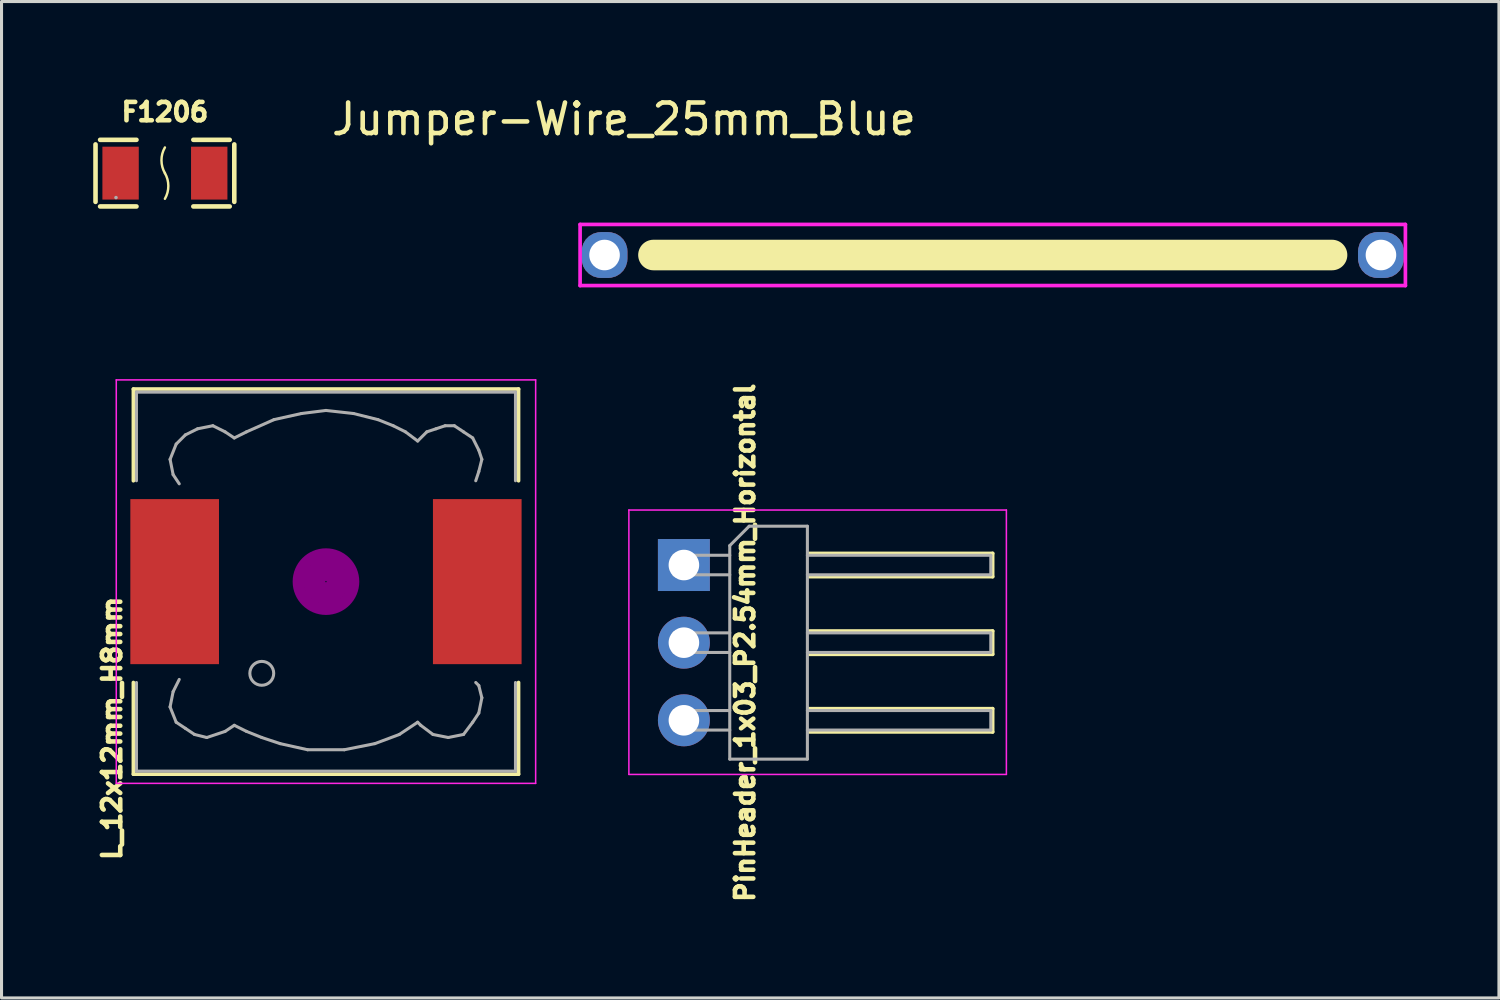
<source format=kicad_pcb>
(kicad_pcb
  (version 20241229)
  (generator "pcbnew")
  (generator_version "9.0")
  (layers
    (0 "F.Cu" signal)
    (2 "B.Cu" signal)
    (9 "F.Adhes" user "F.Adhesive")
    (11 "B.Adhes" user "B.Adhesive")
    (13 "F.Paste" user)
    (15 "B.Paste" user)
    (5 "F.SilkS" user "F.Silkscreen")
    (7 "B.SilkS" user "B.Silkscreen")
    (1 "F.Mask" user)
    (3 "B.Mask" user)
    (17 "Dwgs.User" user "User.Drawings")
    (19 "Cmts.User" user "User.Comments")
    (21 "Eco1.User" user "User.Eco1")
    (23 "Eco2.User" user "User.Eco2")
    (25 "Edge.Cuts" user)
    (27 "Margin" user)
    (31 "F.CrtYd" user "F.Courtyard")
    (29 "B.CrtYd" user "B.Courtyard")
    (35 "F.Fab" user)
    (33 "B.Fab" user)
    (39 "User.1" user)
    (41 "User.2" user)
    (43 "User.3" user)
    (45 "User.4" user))
  (footprint "L_12x12mm_H8mm"
    (layer "F.Cu")
    (at 7.614 15.978)
    (property "Reference" "L_12x12mm_H8mm" (at -7 4.8 270) (layer "F.SilkS") (effects (font (size 0.6 0.6) (thickness 0.15))))
    (attr smd)
    (fp_line (start -6.3 -6.3) (end 6.3 -6.3) (stroke (width 0.12) (type solid)) (layer "F.SilkS"))
    (fp_line (start -6.3 -3.3) (end -6.3 -6.3) (stroke (width 0.12) (type solid)) (layer "F.SilkS"))
    (fp_line (start -6.3 6.3) (end -6.3 3.3) (stroke (width 0.12) (type solid)) (layer "F.SilkS"))
    (fp_line (start 6.3 -6.3) (end 6.3 -3.3) (stroke (width 0.12) (type solid)) (layer "F.SilkS"))
    (fp_line (start 6.3 3.3) (end 6.3 6.3) (stroke (width 0.12) (type solid)) (layer "F.SilkS"))
    (fp_line (start 6.3 6.3) (end -6.3 6.3) (stroke (width 0.12) (type solid)) (layer "F.SilkS"))
    (fp_circle (center 0 0) (end 0.15 0.15) (stroke (width 0.38) (type solid)) (fill no) (layer "F.Adhes"))
    (fp_circle (center 0 0) (end 0.55 0) (stroke (width 0.38) (type solid)) (fill no) (layer "F.Adhes"))
    (fp_circle (center 0 0) (end 0.9 0) (stroke (width 0.38) (type solid)) (fill no) (layer "F.Adhes"))
    (fp_line (start -6.86 -6.6) (end 6.86 -6.6) (stroke (width 0.05) (type solid)) (layer "F.CrtYd"))
    (fp_line (start -6.86 6.6) (end -6.86 -6.6) (stroke (width 0.05) (type solid)) (layer "F.CrtYd"))
    (fp_line (start 6.86 -6.6) (end 6.86 6.6) (stroke (width 0.05) (type solid)) (layer "F.CrtYd"))
    (fp_line (start 6.86 6.6) (end -6.86 6.6) (stroke (width 0.05) (type solid)) (layer "F.CrtYd"))
    (fp_line (start -6.2 -6.2) (end -6.2 -3.3) (stroke (width 0.1) (type solid)) (layer "F.Fab"))
    (fp_line (start -6.2 3.3) (end -6.2 6.2) (stroke (width 0.1) (type solid)) (layer "F.Fab"))
    (fp_line (start -6.2 6.2) (end 6.2 6.2) (stroke (width 0.1) (type solid)) (layer "F.Fab"))
    (fp_line (start -5.1 -4) (end -5 -3.5) (stroke (width 0.1) (type solid)) (layer "F.Fab"))
    (fp_line (start -5.1 4.1) (end -5 3.6) (stroke (width 0.1) (type solid)) (layer "F.Fab"))
    (fp_line (start -5 -3.5) (end -4.8 -3.2) (stroke (width 0.1) (type solid)) (layer "F.Fab"))
    (fp_line (start -5 3.6) (end -4.8 3.2) (stroke (width 0.1) (type solid)) (layer "F.Fab"))
    (fp_line (start -4.9 -4.5) (end -5.1 -4) (stroke (width 0.1) (type solid)) (layer "F.Fab"))
    (fp_line (start -4.9 4.6) (end -5.1 4.1) (stroke (width 0.1) (type solid)) (layer "F.Fab"))
    (fp_line (start -4.6 -4.8) (end -4.9 -4.5) (stroke (width 0.1) (type solid)) (layer "F.Fab"))
    (fp_line (start -4.6 4.8) (end -4.9 4.6) (stroke (width 0.1) (type solid)) (layer "F.Fab"))
    (fp_line (start -4.3 5) (end -4.6 4.8) (stroke (width 0.1) (type solid)) (layer "F.Fab"))
    (fp_line (start -4.2 -5) (end -4.6 -4.8) (stroke (width 0.1) (type solid)) (layer "F.Fab"))
    (fp_line (start -3.9 5.1) (end -4.3 5) (stroke (width 0.1) (type solid)) (layer "F.Fab"))
    (fp_line (start -3.7 -5.1) (end -4.2 -5) (stroke (width 0.1) (type solid)) (layer "F.Fab"))
    (fp_line (start -3.3 -4.9) (end -3.7 -5.1) (stroke (width 0.1) (type solid)) (layer "F.Fab"))
    (fp_line (start -3.3 4.9) (end -3.9 5.1) (stroke (width 0.1) (type solid)) (layer "F.Fab"))
    (fp_line (start -3 -4.7) (end -3.3 -4.9) (stroke (width 0.1) (type solid)) (layer "F.Fab"))
    (fp_line (start -3 4.7) (end -3.3 4.9) (stroke (width 0.1) (type solid)) (layer "F.Fab"))
    (fp_line (start -2.6 -4.9) (end -3 -4.7) (stroke (width 0.1) (type solid)) (layer "F.Fab"))
    (fp_line (start -2.6 4.9) (end -3 4.7) (stroke (width 0.1) (type solid)) (layer "F.Fab"))
    (fp_line (start -2.1 5.1) (end -2.6 4.9) (stroke (width 0.1) (type solid)) (layer "F.Fab"))
    (fp_line (start -1.7 -5.3) (end -2.6 -4.9) (stroke (width 0.1) (type solid)) (layer "F.Fab"))
    (fp_line (start -1.5 5.3) (end -2.1 5.1) (stroke (width 0.1) (type solid)) (layer "F.Fab"))
    (fp_line (start -0.8 -5.5) (end -1.7 -5.3) (stroke (width 0.1) (type solid)) (layer "F.Fab"))
    (fp_line (start -0.6 5.5) (end -1.5 5.3) (stroke (width 0.1) (type solid)) (layer "F.Fab"))
    (fp_line (start 0 -5.6) (end -0.8 -5.5) (stroke (width 0.1) (type solid)) (layer "F.Fab"))
    (fp_line (start 0.6 5.5) (end -0.6 5.5) (stroke (width 0.1) (type solid)) (layer "F.Fab"))
    (fp_line (start 0.9 -5.5) (end 0 -5.6) (stroke (width 0.1) (type solid)) (layer "F.Fab"))
    (fp_line (start 1.6 5.3) (end 0.6 5.5) (stroke (width 0.1) (type solid)) (layer "F.Fab"))
    (fp_line (start 1.7 -5.3) (end 0.9 -5.5) (stroke (width 0.1) (type solid)) (layer "F.Fab"))
    (fp_line (start 2.2 -5.1) (end 1.7 -5.3) (stroke (width 0.1) (type solid)) (layer "F.Fab"))
    (fp_line (start 2.4 5) (end 1.6 5.3) (stroke (width 0.1) (type solid)) (layer "F.Fab"))
    (fp_line (start 2.6 -4.9) (end 2.2 -5.1) (stroke (width 0.1) (type solid)) (layer "F.Fab"))
    (fp_line (start 3 -4.6) (end 2.6 -4.9) (stroke (width 0.1) (type solid)) (layer "F.Fab"))
    (fp_line (start 3 4.6) (end 2.4 5) (stroke (width 0.1) (type solid)) (layer "F.Fab"))
    (fp_line (start 3.1 4.7) (end 3 4.6) (stroke (width 0.1) (type solid)) (layer "F.Fab"))
    (fp_line (start 3.3 -4.9) (end 3 -4.6) (stroke (width 0.1) (type solid)) (layer "F.Fab"))
    (fp_line (start 3.5 5) (end 3.1 4.7) (stroke (width 0.1) (type solid)) (layer "F.Fab"))
    (fp_line (start 3.6 -5) (end 3.3 -4.9) (stroke (width 0.1) (type solid)) (layer "F.Fab"))
    (fp_line (start 3.9 -5.1) (end 3.6 -5) (stroke (width 0.1) (type solid)) (layer "F.Fab"))
    (fp_line (start 4 5.1) (end 3.5 5) (stroke (width 0.1) (type solid)) (layer "F.Fab"))
    (fp_line (start 4.2 -5.1) (end 3.9 -5.1) (stroke (width 0.1) (type solid)) (layer "F.Fab"))
    (fp_line (start 4.5 -4.9) (end 4.2 -5.1) (stroke (width 0.1) (type solid)) (layer "F.Fab"))
    (fp_line (start 4.5 5) (end 4 5.1) (stroke (width 0.1) (type solid)) (layer "F.Fab"))
    (fp_line (start 4.8 -4.7) (end 4.5 -4.9) (stroke (width 0.1) (type solid)) (layer "F.Fab"))
    (fp_line (start 4.8 4.6) (end 4.5 5) (stroke (width 0.1) (type solid)) (layer "F.Fab"))
    (fp_line (start 4.9 -3.3) (end 5 -3.6) (stroke (width 0.1) (type solid)) (layer "F.Fab"))
    (fp_line (start 4.9 3.3) (end 5 3.4) (stroke (width 0.1) (type solid)) (layer "F.Fab"))
    (fp_line (start 5 -4.3) (end 4.8 -4.7) (stroke (width 0.1) (type solid)) (layer "F.Fab"))
    (fp_line (start 5 -3.6) (end 5.1 -4) (stroke (width 0.1) (type solid)) (layer "F.Fab"))
    (fp_line (start 5 3.4) (end 5.1 3.8) (stroke (width 0.1) (type solid)) (layer "F.Fab"))
    (fp_line (start 5 4.3) (end 4.8 4.6) (stroke (width 0.1) (type solid)) (layer "F.Fab"))
    (fp_line (start 5.1 -4) (end 5 -4.3) (stroke (width 0.1) (type solid)) (layer "F.Fab"))
    (fp_line (start 5.1 3.8) (end 5 4.3) (stroke (width 0.1) (type solid)) (layer "F.Fab"))
    (fp_line (start 6.2 -6.2) (end -6.2 -6.2) (stroke (width 0.1) (type solid)) (layer "F.Fab"))
    (fp_line (start 6.2 -6.2) (end 6.2 -3.3) (stroke (width 0.1) (type solid)) (layer "F.Fab"))
    (fp_line (start 6.2 6.2) (end 6.2 3.3) (stroke (width 0.1) (type solid)) (layer "F.Fab"))
    (fp_circle (center -2.1 3) (end -1.8 3.25) (stroke (width 0.1) (type solid)) (fill no) (layer "F.Fab"))
    (pad "1" smd rect (at -4.95 0) (size 2.9 5.4) (layers "F.Cu" "F.Mask" "F.Paste"))
    (pad "2" smd rect (at 4.95 0) (size 2.9 5.4) (layers "F.Cu" "F.Mask" "F.Paste")))
  (footprint "Jumper-Wire_25mm_Blue"
    (layer "F.Cu")
    (at 16.728 5.293)
    (property "Reference" "Jumper-Wire_25mm_Blue" (at 0.635 -4.445 0) (layer "F.SilkS") (effects (font (size 1 1) (thickness 0.15))))
    (attr through_hole)
    (fp_line (start 1.6 0) (end 23.8 0) (stroke (width 1) (type solid)) (layer "F.SilkS"))
    (fp_line (start -0.8 -1) (end 26.2 -1) (stroke (width 0.12) (type solid)) (layer "F.CrtYd"))
    (fp_line (start -0.8 1) (end -0.8 -1) (stroke (width 0.12) (type solid)) (layer "F.CrtYd"))
    (fp_line (start 26.2 -1) (end 26.2 1) (stroke (width 0.12) (type solid)) (layer "F.CrtYd"))
    (fp_line (start 26.2 1) (end -0.8 1) (stroke (width 0.12) (type solid)) (layer "F.CrtYd"))
    (pad "1" thru_hole roundrect (at 0 0) (size 1.5 1.5) (drill 1) (layers "*.Cu") (roundrect_rratio 0.421))
    (pad "2" thru_hole roundrect (at 25.4 0) (size 1.5 1.5) (drill 1) (layers "*.Cu") (roundrect_rratio 0.421)))
  (footprint "F1206"
    (layer "F.Cu")
    (at 2.345 2.614)
    (property "Reference" "F1206" (at 0 -2 0) (layer "F.SilkS") (effects (font (size 0.6 0.6) (thickness 0.15))))
    (attr smd)
    (fp_line (start -2.27 -0.94) (end -2.27 0.94) (stroke (width 0.15) (type solid)) (layer "F.SilkS"))
    (fp_line (start -2.12 1.09) (end -0.93 1.09) (stroke (width 0.15) (type solid)) (layer "F.SilkS"))
    (fp_line (start -0.93 -1.09) (end -2.12 -1.09) (stroke (width 0.15) (type solid)) (layer "F.SilkS"))
    (fp_line (start 0.93 -1.09) (end 2.12 -1.09) (stroke (width 0.15) (type solid)) (layer "F.SilkS"))
    (fp_line (start 2.12 1.09) (end 0.93 1.09) (stroke (width 0.15) (type solid)) (layer "F.SilkS"))
    (fp_line (start 2.27 -0.94) (end 2.27 0.94) (stroke (width 0.15) (type solid)) (layer "F.SilkS"))
    (fp_arc (start -0.001269 -0.002199) (mid 0.112199 0.418731) (end 0 0.84) (stroke (width 0.08) (type solid)) (layer "F.SilkS"))
    (fp_arc (start 0.001269 0.002199) (mid -0.112199 -0.418731) (end 0 -0.84) (stroke (width 0.08) (type solid)) (layer "F.SilkS"))
    (fp_circle (center -1.6 0.8) (end -1.57 0.8) (stroke (width 0.06) (type solid)) (fill no) (layer "F.Fab"))
    (pad "1" smd rect (at -1.45 0) (size 1.19 1.73) (layers "F.Cu" "F.Mask" "F.Paste"))
    (pad "2" smd rect (at 1.45 0) (size 1.19 1.73) (layers "F.Cu" "F.Mask" "F.Paste")))
  (footprint "PinHeader_1x03_P2.54mm_Horizontal"
    (layer "F.Cu")
    (at 19.324 15.435)
    (property "Reference" "PinHeader_1x03_P2.54mm_Horizontal" (at 2 2.54 270) (layer "F.SilkS") (effects (font (size 0.6 0.6) (thickness 0.15))))
    (attr through_hole)
    (fp_line (start 4.1 -0.38) (end 10.1 -0.38) (stroke (width 0.12) (type solid)) (layer "F.SilkS"))
    (fp_line (start 4.1 2.16) (end 10.1 2.16) (stroke (width 0.12) (type solid)) (layer "F.SilkS"))
    (fp_line (start 4.1 4.7) (end 10.1 4.7) (stroke (width 0.12) (type solid)) (layer "F.SilkS"))
    (fp_line (start 10.1 -0.38) (end 10.1 0.38) (stroke (width 0.12) (type solid)) (layer "F.SilkS"))
    (fp_line (start 10.1 0.38) (end 4.1 0.38) (stroke (width 0.12) (type solid)) (layer "F.SilkS"))
    (fp_line (start 10.1 2.16) (end 10.1 2.92) (stroke (width 0.12) (type solid)) (layer "F.SilkS"))
    (fp_line (start 10.1 2.92) (end 4.1 2.92) (stroke (width 0.12) (type solid)) (layer "F.SilkS"))
    (fp_line (start 10.1 4.7) (end 10.1 5.46) (stroke (width 0.12) (type solid)) (layer "F.SilkS"))
    (fp_line (start 10.1 5.46) (end 4.1 5.46) (stroke (width 0.12) (type solid)) (layer "F.SilkS"))
    (fp_line (start -1.8 -1.8) (end -1.8 6.85) (stroke (width 0.05) (type solid)) (layer "F.CrtYd"))
    (fp_line (start -1.8 6.85) (end 10.55 6.85) (stroke (width 0.05) (type solid)) (layer "F.CrtYd"))
    (fp_line (start 10.55 -1.8) (end -1.8 -1.8) (stroke (width 0.05) (type solid)) (layer "F.CrtYd"))
    (fp_line (start 10.55 6.85) (end 10.55 -1.8) (stroke (width 0.05) (type solid)) (layer "F.CrtYd"))
    (fp_line (start -0.32 -0.32) (end -0.32 0.32) (stroke (width 0.1) (type solid)) (layer "F.Fab"))
    (fp_line (start -0.32 -0.32) (end 1.5 -0.32) (stroke (width 0.1) (type solid)) (layer "F.Fab"))
    (fp_line (start -0.32 0.32) (end 1.5 0.32) (stroke (width 0.1) (type solid)) (layer "F.Fab"))
    (fp_line (start -0.32 2.22) (end -0.32 2.86) (stroke (width 0.1) (type solid)) (layer "F.Fab"))
    (fp_line (start -0.32 2.22) (end 1.5 2.22) (stroke (width 0.1) (type solid)) (layer "F.Fab"))
    (fp_line (start -0.32 2.86) (end 1.5 2.86) (stroke (width 0.1) (type solid)) (layer "F.Fab"))
    (fp_line (start -0.32 4.76) (end -0.32 5.4) (stroke (width 0.1) (type solid)) (layer "F.Fab"))
    (fp_line (start -0.32 4.76) (end 1.5 4.76) (stroke (width 0.1) (type solid)) (layer "F.Fab"))
    (fp_line (start -0.32 5.4) (end 1.5 5.4) (stroke (width 0.1) (type solid)) (layer "F.Fab"))
    (fp_line (start 1.5 -0.635) (end 2.135 -1.27) (stroke (width 0.1) (type solid)) (layer "F.Fab"))
    (fp_line (start 1.5 6.35) (end 1.5 -0.635) (stroke (width 0.1) (type solid)) (layer "F.Fab"))
    (fp_line (start 2.135 -1.27) (end 4.04 -1.27) (stroke (width 0.1) (type solid)) (layer "F.Fab"))
    (fp_line (start 4.04 -1.27) (end 4.04 6.35) (stroke (width 0.1) (type solid)) (layer "F.Fab"))
    (fp_line (start 4.04 -0.32) (end 10.04 -0.32) (stroke (width 0.1) (type solid)) (layer "F.Fab"))
    (fp_line (start 4.04 0.32) (end 10.04 0.32) (stroke (width 0.1) (type solid)) (layer "F.Fab"))
    (fp_line (start 4.04 2.22) (end 10.04 2.22) (stroke (width 0.1) (type solid)) (layer "F.Fab"))
    (fp_line (start 4.04 2.86) (end 10.04 2.86) (stroke (width 0.1) (type solid)) (layer "F.Fab"))
    (fp_line (start 4.04 4.76) (end 10.04 4.76) (stroke (width 0.1) (type solid)) (layer "F.Fab"))
    (fp_line (start 4.04 5.4) (end 10.04 5.4) (stroke (width 0.1) (type solid)) (layer "F.Fab"))
    (fp_line (start 4.04 6.35) (end 1.5 6.35) (stroke (width 0.1) (type solid)) (layer "F.Fab"))
    (fp_line (start 10.04 -0.32) (end 10.04 0.32) (stroke (width 0.1) (type solid)) (layer "F.Fab"))
    (fp_line (start 10.04 2.22) (end 10.04 2.86) (stroke (width 0.1) (type solid)) (layer "F.Fab"))
    (fp_line (start 10.04 4.76) (end 10.04 5.4) (stroke (width 0.1) (type solid)) (layer "F.Fab"))
    (pad "1" thru_hole rect (at 0 0) (size 1.7 1.7) (drill 1) (layers "*.Cu" "*.Mask"))
    (pad "2" thru_hole oval (at 0 2.54) (size 1.7 1.7) (drill 1) (layers "*.Cu" "*.Mask"))
    (pad "3" thru_hole oval (at 0 5.08) (size 1.7 1.7) (drill 1) (layers "*.Cu" "*.Mask")))
  (gr_rect
    (start -3 -3)
    (end 45.988 29.598)
    (stroke (width 0.1) (type default))
    (fill no)
    (layer "Edge.Cuts")))
</source>
